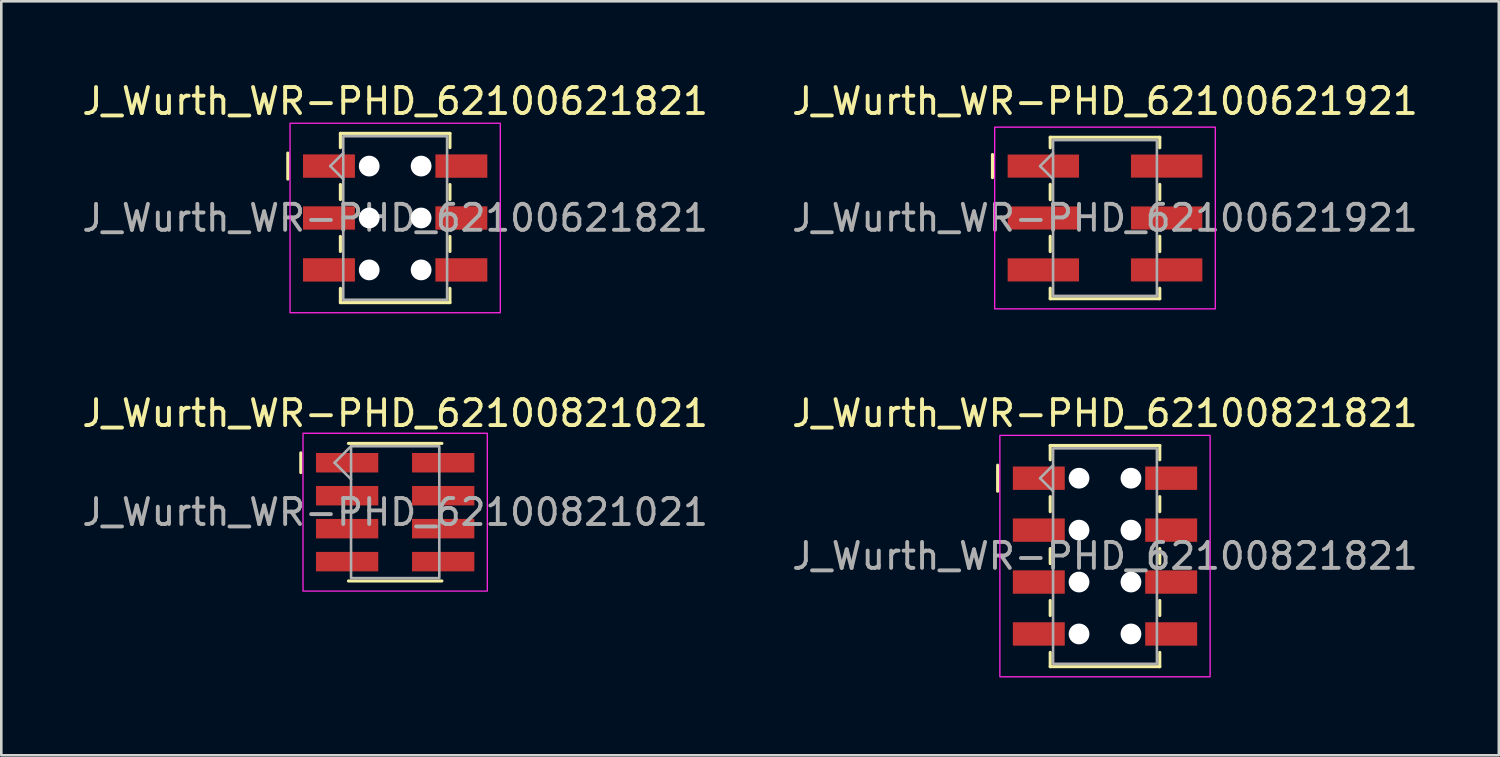
<source format=kicad_pcb>
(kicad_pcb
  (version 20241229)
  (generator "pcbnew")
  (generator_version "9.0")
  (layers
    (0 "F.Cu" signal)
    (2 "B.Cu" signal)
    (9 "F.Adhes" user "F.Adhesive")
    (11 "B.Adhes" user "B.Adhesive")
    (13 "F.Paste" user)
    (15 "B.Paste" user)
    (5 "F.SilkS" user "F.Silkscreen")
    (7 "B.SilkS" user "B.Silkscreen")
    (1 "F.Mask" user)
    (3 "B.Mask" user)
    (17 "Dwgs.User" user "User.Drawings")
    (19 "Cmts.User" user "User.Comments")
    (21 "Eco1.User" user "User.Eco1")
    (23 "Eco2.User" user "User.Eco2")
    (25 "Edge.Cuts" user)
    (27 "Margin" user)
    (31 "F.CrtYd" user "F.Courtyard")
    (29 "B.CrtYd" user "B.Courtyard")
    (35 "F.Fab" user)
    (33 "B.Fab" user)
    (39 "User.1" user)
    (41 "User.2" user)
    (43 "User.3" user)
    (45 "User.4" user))
  (footprint "J_Wurth_WR-PHD_62100621921"
    (layer "F.Cu")
    (at 39.518 5.348)
    (property "Reference" "J_Wurth_WR-PHD_62100621921" (at 0 -4.5 0) (unlocked yes) (layer "F.SilkS") (effects (font (size 1 1) (thickness 0.15))))
    (attr smd)
    (fp_line (start -4.335 -2.445) (end -4.335 -1.555) (stroke (width 0.12) (type solid)) (layer "F.SilkS"))
    (fp_line (start -2.11 -3.11) (end -2.11 -2.705) (stroke (width 0.12) (type solid)) (layer "F.SilkS"))
    (fp_line (start -2.11 -1.295) (end -2.11 -0.705) (stroke (width 0.12) (type solid)) (layer "F.SilkS"))
    (fp_line (start -2.11 0.705) (end -2.11 1.295) (stroke (width 0.12) (type solid)) (layer "F.SilkS"))
    (fp_line (start -2.11 2.705) (end -2.11 3.11) (stroke (width 0.12) (type solid)) (layer "F.SilkS"))
    (fp_line (start 2.11 -3.11) (end -2.11 -3.11) (stroke (width 0.12) (type solid)) (layer "F.SilkS"))
    (fp_line (start 2.11 -3.11) (end 2.11 -2.705) (stroke (width 0.12) (type solid)) (layer "F.SilkS"))
    (fp_line (start 2.11 -1.295) (end 2.11 -0.705) (stroke (width 0.12) (type solid)) (layer "F.SilkS"))
    (fp_line (start 2.11 0.705) (end 2.11 1.295) (stroke (width 0.12) (type solid)) (layer "F.SilkS"))
    (fp_line (start 2.11 2.705) (end 2.11 3.11) (stroke (width 0.12) (type solid)) (layer "F.SilkS"))
    (fp_line (start 2.11 3.11) (end -2.11 3.11) (stroke (width 0.12) (type solid)) (layer "F.SilkS"))
    (fp_rect (start -4.25 -3.5) (end 4.25 3.5) (stroke (width 0.05) (type solid)) (fill no) (layer "F.CrtYd"))
    (fp_line (start -2.5 -2) (end -2 -1.5) (stroke (width 0.1) (type default)) (layer "F.Fab"))
    (fp_line (start -2 -2.5) (end -2.5 -2) (stroke (width 0.1) (type default)) (layer "F.Fab"))
    (fp_rect (start -2 -3) (end 2 3) (stroke (width 0.1) (type solid)) (fill no) (layer "F.Fab"))
    (fp_text user "${REFERENCE}" (at 0 0 0) (unlocked yes) (layer "F.Fab") (effects (font (size 1 1) (thickness 0.15))))
    (pad "1" smd rect (at -2.375 -2 270) (size 0.89 2.75) (layers "F.Cu" "F.Mask" "F.Paste"))
    (pad "2" smd rect (at 2.375 -2 270) (size 0.89 2.75) (layers "F.Cu" "F.Mask" "F.Paste"))
    (pad "3" smd rect (at -2.375 0 270) (size 0.89 2.75) (layers "F.Cu" "F.Mask" "F.Paste"))
    (pad "4" smd rect (at 2.375 0 270) (size 0.89 2.75) (layers "F.Cu" "F.Mask" "F.Paste"))
    (pad "5" smd rect (at -2.375 2 270) (size 0.89 2.75) (layers "F.Cu" "F.Mask" "F.Paste"))
    (pad "6" smd rect (at 2.375 2 270) (size 0.89 2.75) (layers "F.Cu" "F.Mask" "F.Paste")))
  (footprint "J_Wurth_WR-PHD_62100821021"
    (layer "F.Cu")
    (at 12.173 16.681)
    (property "Reference" "J_Wurth_WR-PHD_62100821021" (at 0 -3.81 0) (unlocked yes) (layer "F.SilkS") (effects (font (size 1 1) (thickness 0.15))))
    (attr smd)
    (fp_line (start -3.635 -2.285) (end -3.635 -1.525) (stroke (width 0.12) (type solid)) (layer "F.SilkS"))
    (fp_line (start 1.8 -2.65) (end -1.8 -2.65) (stroke (width 0.12) (type solid)) (layer "F.SilkS"))
    (fp_line (start 1.8 2.65) (end -1.8 2.65) (stroke (width 0.12) (type solid)) (layer "F.SilkS"))
    (fp_rect (start -3.55 -3.04) (end 3.55 3.04) (stroke (width 0.05) (type solid)) (fill no) (layer "F.CrtYd"))
    (fp_line (start -2.335 -1.905) (end -1.7 -1.27) (stroke (width 0.1) (type default)) (layer "F.Fab"))
    (fp_line (start -1.7 -2.54) (end -2.335 -1.905) (stroke (width 0.1) (type default)) (layer "F.Fab"))
    (fp_rect (start -1.7 -2.54) (end 1.7 2.54) (stroke (width 0.1) (type solid)) (fill no) (layer "F.Fab"))
    (fp_text user "${REFERENCE}" (at 0 0 0) (unlocked yes) (layer "F.Fab") (effects (font (size 1 1) (thickness 0.15))))
    (pad "1" smd rect (at -1.85 -1.905 270) (size 0.75 2.4) (layers "F.Cu" "F.Mask" "F.Paste"))
    (pad "2" smd rect (at 1.85 -1.905 270) (size 0.75 2.4) (layers "F.Cu" "F.Mask" "F.Paste"))
    (pad "3" smd rect (at -1.85 -0.635 270) (size 0.75 2.4) (layers "F.Cu" "F.Mask" "F.Paste"))
    (pad "4" smd rect (at 1.85 -0.635 270) (size 0.75 2.4) (layers "F.Cu" "F.Mask" "F.Paste"))
    (pad "5" smd rect (at -1.85 0.635 270) (size 0.75 2.4) (layers "F.Cu" "F.Mask" "F.Paste"))
    (pad "6" smd rect (at 1.85 0.635 270) (size 0.75 2.4) (layers "F.Cu" "F.Mask" "F.Paste"))
    (pad "7" smd rect (at -1.85 1.905 270) (size 0.75 2.4) (layers "F.Cu" "F.Mask" "F.Paste"))
    (pad "8" smd rect (at 1.85 1.905 270) (size 0.75 2.4) (layers "F.Cu" "F.Mask" "F.Paste")))
  (footprint "J_Wurth_WR-PHD_62100821821"
    (layer "F.Cu")
    (at 39.518 18.372)
    (property "Reference" "J_Wurth_WR-PHD_62100821821" (at 0 -5.5 0) (unlocked yes) (layer "F.SilkS") (effects (font (size 1 1) (thickness 0.15))))
    (attr smd)
    (fp_line (start -4.135 -3.5) (end -4.135 -2.5) (stroke (width 0.12) (type solid)) (layer "F.SilkS"))
    (fp_line (start -2.11 -4.26) (end -2.11 -3.71) (stroke (width 0.12) (type solid)) (layer "F.SilkS"))
    (fp_line (start -2.11 -2.29) (end -2.11 -1.71) (stroke (width 0.12) (type solid)) (layer "F.SilkS"))
    (fp_line (start -2.11 -0.29) (end -2.11 0.29) (stroke (width 0.12) (type solid)) (layer "F.SilkS"))
    (fp_line (start -2.11 1.71) (end -2.11 2.29) (stroke (width 0.12) (type solid)) (layer "F.SilkS"))
    (fp_line (start -2.11 3.71) (end -2.11 4.26) (stroke (width 0.12) (type solid)) (layer "F.SilkS"))
    (fp_line (start -2.11 4.26) (end 2.11 4.26) (stroke (width 0.12) (type solid)) (layer "F.SilkS"))
    (fp_line (start 2.11 -4.26) (end -2.11 -4.26) (stroke (width 0.12) (type solid)) (layer "F.SilkS"))
    (fp_line (start 2.11 -4.26) (end 2.11 -3.71) (stroke (width 0.12) (type solid)) (layer "F.SilkS"))
    (fp_line (start 2.11 -2.29) (end 2.11 -1.71) (stroke (width 0.12) (type solid)) (layer "F.SilkS"))
    (fp_line (start 2.11 -0.29) (end 2.11 0.29) (stroke (width 0.12) (type solid)) (layer "F.SilkS"))
    (fp_line (start 2.11 1.71) (end 2.11 2.29) (stroke (width 0.12) (type solid)) (layer "F.SilkS"))
    (fp_line (start 2.11 3.71) (end 2.11 4.26) (stroke (width 0.12) (type solid)) (layer "F.SilkS"))
    (fp_rect (start -4.05 -4.65) (end 4.05 4.65) (stroke (width 0.05) (type solid)) (fill no) (layer "F.CrtYd"))
    (fp_line (start -2.5 -3) (end -2 -2.5) (stroke (width 0.1) (type default)) (layer "F.Fab"))
    (fp_line (start -2 -3.5) (end -2.5 -3) (stroke (width 0.1) (type default)) (layer "F.Fab"))
    (fp_rect (start -2 -4.15) (end 2 4.15) (stroke (width 0.1) (type solid)) (fill no) (layer "F.Fab"))
    (fp_text user "${REFERENCE}" (at 0 0 0) (unlocked yes) (layer "F.Fab") (effects (font (size 1 1) (thickness 0.15))))
    (pad "" np_thru_hole circle (at -1 -3 270) (size 0.8 0.8) (drill 0.8) (layers "*.Cu" "*.Mask"))
    (pad "" np_thru_hole circle (at -1 -1 270) (size 0.8 0.8) (drill 0.8) (layers "*.Cu" "*.Mask"))
    (pad "" np_thru_hole circle (at -1 1 270) (size 0.8 0.8) (drill 0.8) (layers "*.Cu" "*.Mask"))
    (pad "" np_thru_hole circle (at -1 3 270) (size 0.8 0.8) (drill 0.8) (layers "*.Cu" "*.Mask"))
    (pad "" np_thru_hole circle (at 1 -3 270) (size 0.8 0.8) (drill 0.8) (layers "*.Cu" "*.Mask"))
    (pad "" np_thru_hole circle (at 1 -1 270) (size 0.8 0.8) (drill 0.8) (layers "*.Cu" "*.Mask"))
    (pad "" np_thru_hole circle (at 1 1 270) (size 0.8 0.8) (drill 0.8) (layers "*.Cu" "*.Mask"))
    (pad "" np_thru_hole circle (at 1 3 270) (size 0.8 0.8) (drill 0.8) (layers "*.Cu" "*.Mask"))
    (pad "1" smd rect (at -2.55 -3 270) (size 0.9 2) (layers "F.Cu" "F.Mask" "F.Paste"))
    (pad "2" smd rect (at 2.55 -3 270) (size 0.9 2) (layers "F.Cu" "F.Mask" "F.Paste"))
    (pad "3" smd rect (at -2.55 -1 270) (size 0.9 2) (layers "F.Cu" "F.Mask" "F.Paste"))
    (pad "4" smd rect (at 2.55 -1 270) (size 0.9 2) (layers "F.Cu" "F.Mask" "F.Paste"))
    (pad "5" smd rect (at -2.55 1 270) (size 0.9 2) (layers "F.Cu" "F.Mask" "F.Paste"))
    (pad "6" smd rect (at 2.55 1 270) (size 0.9 2) (layers "F.Cu" "F.Mask" "F.Paste"))
    (pad "7" smd rect (at -2.55 3 270) (size 0.9 2) (layers "F.Cu" "F.Mask" "F.Paste"))
    (pad "8" smd rect (at 2.55 3 270) (size 0.9 2) (layers "F.Cu" "F.Mask" "F.Paste")))
  (footprint "J_Wurth_WR-PHD_62100621821"
    (layer "F.Cu")
    (at 12.173 5.348)
    (property "Reference" "J_Wurth_WR-PHD_62100621821" (at 0 -4.5 0) (unlocked yes) (layer "F.SilkS") (effects (font (size 1 1) (thickness 0.15))))
    (attr smd)
    (fp_line (start -4.135 -2.5) (end -4.135 -1.5) (stroke (width 0.12) (type solid)) (layer "F.SilkS"))
    (fp_line (start -2.11 -3.26) (end -2.11 -2.71) (stroke (width 0.12) (type solid)) (layer "F.SilkS"))
    (fp_line (start -2.11 -1.29) (end -2.11 -0.71) (stroke (width 0.12) (type solid)) (layer "F.SilkS"))
    (fp_line (start -2.11 0.71) (end -2.11 1.29) (stroke (width 0.12) (type solid)) (layer "F.SilkS"))
    (fp_line (start -2.11 2.71) (end -2.11 3.26) (stroke (width 0.12) (type solid)) (layer "F.SilkS"))
    (fp_line (start -2.11 3.26) (end 2.11 3.26) (stroke (width 0.12) (type solid)) (layer "F.SilkS"))
    (fp_line (start 2.11 -3.26) (end -2.11 -3.26) (stroke (width 0.12) (type solid)) (layer "F.SilkS"))
    (fp_line (start 2.11 -3.26) (end 2.11 -2.71) (stroke (width 0.12) (type solid)) (layer "F.SilkS"))
    (fp_line (start 2.11 -1.29) (end 2.11 -0.71) (stroke (width 0.12) (type solid)) (layer "F.SilkS"))
    (fp_line (start 2.11 0.71) (end 2.11 1.29) (stroke (width 0.12) (type solid)) (layer "F.SilkS"))
    (fp_line (start 2.11 2.71) (end 2.11 3.26) (stroke (width 0.12) (type solid)) (layer "F.SilkS"))
    (fp_rect (start -4.05 -3.65) (end 4.05 3.65) (stroke (width 0.05) (type solid)) (fill no) (layer "F.CrtYd"))
    (fp_line (start -2.5 -2) (end -2 -1.5) (stroke (width 0.1) (type default)) (layer "F.Fab"))
    (fp_line (start -2 -2.5) (end -2.5 -2) (stroke (width 0.1) (type default)) (layer "F.Fab"))
    (fp_rect (start -2 -3.15) (end 2 3.15) (stroke (width 0.1) (type solid)) (fill no) (layer "F.Fab"))
    (fp_text user "${REFERENCE}" (at 0 0 0) (unlocked yes) (layer "F.Fab") (effects (font (size 1 1) (thickness 0.15))))
    (pad "" np_thru_hole circle (at -1 -2 270) (size 0.8 0.8) (drill 0.8) (layers "*.Cu" "*.Mask"))
    (pad "" np_thru_hole circle (at -1 0 270) (size 0.8 0.8) (drill 0.8) (layers "*.Cu" "*.Mask"))
    (pad "" np_thru_hole circle (at -1 2 270) (size 0.8 0.8) (drill 0.8) (layers "*.Cu" "*.Mask"))
    (pad "" np_thru_hole circle (at 1 -2 270) (size 0.8 0.8) (drill 0.8) (layers "*.Cu" "*.Mask"))
    (pad "" np_thru_hole circle (at 1 0 270) (size 0.8 0.8) (drill 0.8) (layers "*.Cu" "*.Mask"))
    (pad "" np_thru_hole circle (at 1 2 270) (size 0.8 0.8) (drill 0.8) (layers "*.Cu" "*.Mask"))
    (pad "1" smd rect (at -2.55 -2 270) (size 0.9 2) (layers "F.Cu" "F.Mask" "F.Paste"))
    (pad "2" smd rect (at 2.55 -2 270) (size 0.9 2) (layers "F.Cu" "F.Mask" "F.Paste"))
    (pad "3" smd rect (at -2.55 0 270) (size 0.9 2) (layers "F.Cu" "F.Mask" "F.Paste"))
    (pad "4" smd rect (at 2.55 0 270) (size 0.9 2) (layers "F.Cu" "F.Mask" "F.Paste"))
    (pad "5" smd rect (at -2.55 2 270) (size 0.9 2) (layers "F.Cu" "F.Mask" "F.Paste"))
    (pad "6" smd rect (at 2.55 2 270) (size 0.9 2) (layers "F.Cu" "F.Mask" "F.Paste")))
  (gr_rect
    (start -3 -3)
    (end 54.69 26.047)
    (stroke (width 0.1) (type default))
    (fill no)
    (layer "Edge.Cuts")))
</source>
